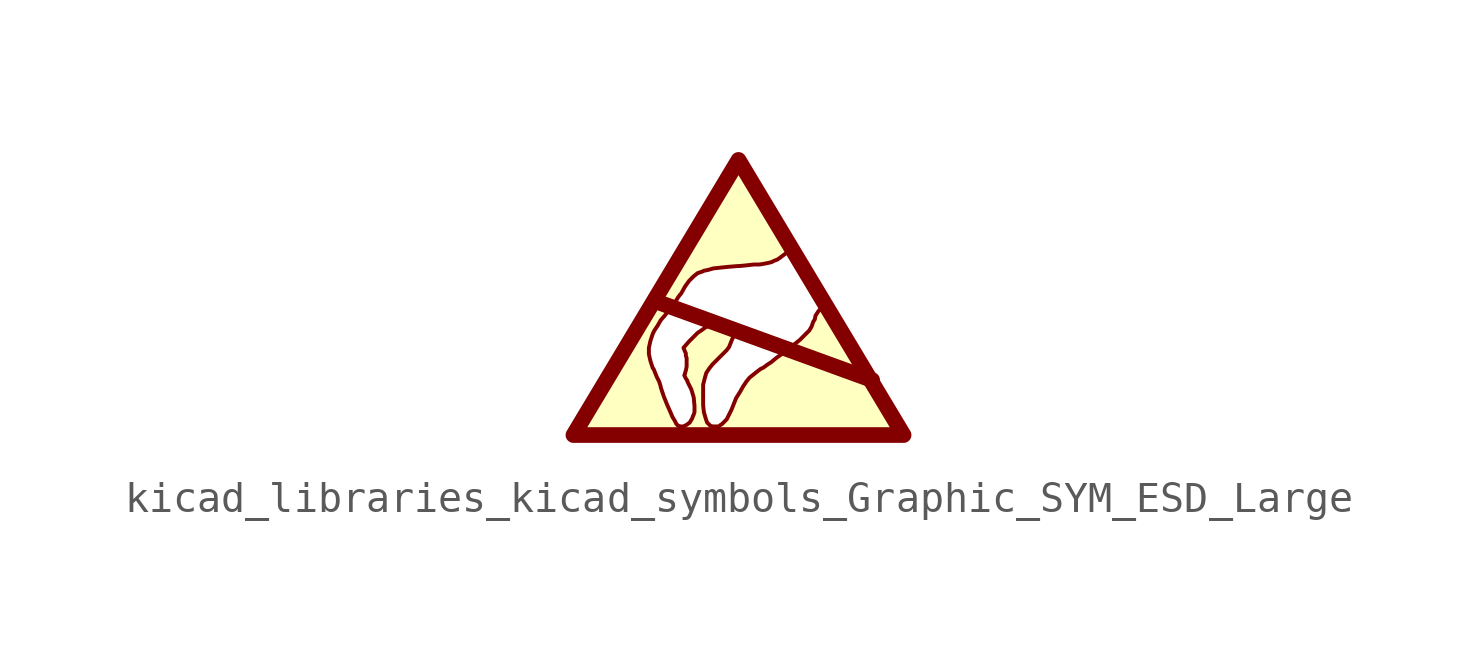
<source format=kicad_sym>
(kicad_symbol_lib
  (version 20220914)
  (generator kicad_symbol_editor)
  (symbol "kicad_libraries_kicad_symbols_Graphic_SYM_ESD_Large"
    (property "Reference" "#SYM"
      (at 0 5.08 0)
      (effects (font (size 1.27 1.27)) hide))
    (symbol "kicad_libraries_kicad_symbols_Graphic_SYM_ESD_Large_0_0"
      (polyline (pts (xy -2.667 -0.762) (xy 4.318 -3.302)) (stroke (width 0.508) (type default)) (fill (type none)))
      (polyline (pts (xy 0.483 -5.131) (xy 5.385 -5.131) (xy 5.385 -5.105) (xy 5.334 -5.055) (xy 5.283 -4.953) (xy 5.207 -4.826) (xy 5.004 -4.47) (xy 4.877 -4.267) (xy 4.75 -4.039) (xy 4.14 -3.023) (xy 3.988 -2.743) (xy 3.531 -1.981) (xy 3.404 -1.753) (xy 3.277 -1.549) (xy 3.15 -1.372) (xy 3.073 -1.194) (xy 2.997 -1.067) (xy 2.921 -0.965) (xy 2.896 -0.889) (xy 2.845 -0.838) (xy 2.819 -0.864) (xy 2.769 -0.889) (xy 2.591 -1.067) (xy 2.489 -1.219) (xy 2.464 -1.346) (xy 2.413 -1.422) (xy 2.362 -1.575) (xy 2.286 -1.702) (xy 1.981 -2.007) (xy 1.854 -2.108) (xy 1.702 -2.235) (xy 1.549 -2.337) (xy 1.397 -2.464) (xy 1.219 -2.591) (xy 1.067 -2.718) (xy 0.914 -2.819) (xy 0.813 -2.896) (xy 0.711 -2.946) (xy 0.61 -3.023) (xy 0.356 -3.226) (xy 0.254 -3.353) (xy 0.152 -3.505) (xy 0.051 -3.683) (xy -0.076 -3.886) (xy -0.229 -4.267) (xy -0.381 -4.572) (xy -0.533 -4.724) (xy -0.61 -4.775) (xy -0.635 -4.801) (xy -0.838 -4.801) (xy -0.914 -4.775) (xy -1.016 -4.674) (xy -1.067 -4.521) (xy -1.118 -4.343) (xy -1.143 -4.115) (xy -1.143 -3.454) (xy -1.092 -3.251) (xy -1.041 -3.073) (xy -0.94 -2.921) (xy -0.838 -2.794) (xy -0.381 -2.337) (xy -0.305 -2.235) (xy -0.203 -1.981) (xy -0.178 -1.93) (xy -0.152 -1.829) (xy -0.127 -1.753) (xy -0.127 -1.727) (xy -0.203 -1.651) (xy -0.254 -1.575) (xy -0.356 -1.524) (xy -0.432 -1.448) (xy -0.508 -1.397) (xy -0.559 -1.346) (xy -0.61 -1.346) (xy -0.66 -1.372) (xy -0.737 -1.422) (xy -0.838 -1.473) (xy -0.965 -1.549) (xy -1.067 -1.6) (xy -1.168 -1.676) (xy -1.321 -1.778) (xy -1.6 -2.057) (xy -1.778 -2.261) (xy -1.727 -2.388) (xy -1.702 -2.438) (xy -1.702 -2.515) (xy -1.676 -2.591) (xy -1.676 -2.87) (xy -1.702 -2.997) (xy -1.727 -3.073) (xy -1.727 -3.099) (xy -1.753 -3.15) (xy -1.702 -3.251) (xy -1.651 -3.327) (xy -1.651 -3.353) (xy -1.524 -3.607) (xy -1.448 -3.861) (xy -1.422 -4.14) (xy -1.422 -4.343) (xy -1.448 -4.42) (xy -1.473 -4.47) (xy -1.499 -4.547) (xy -1.575 -4.674) (xy -1.676 -4.75) (xy -1.778 -4.801) (xy -1.88 -4.801) (xy -1.956 -4.775) (xy -2.007 -4.724) (xy -2.057 -4.623) (xy -2.134 -4.496) (xy -2.21 -4.318) (xy -2.311 -4.089) (xy -2.413 -3.835) (xy -2.515 -3.531) (xy -2.515 -3.505) (xy -2.565 -3.353) (xy -2.642 -3.2) (xy -2.743 -2.946) (xy -2.769 -2.921) (xy -2.845 -2.692) (xy -2.896 -2.464) (xy -2.896 -2.261) (xy -2.845 -2.032) (xy -2.769 -1.803) (xy -2.718 -1.702) (xy -2.616 -1.549) (xy -2.515 -1.372) (xy -2.362 -1.194) (xy -2.21 -0.991) (xy -2.108 -0.889) (xy -1.956 -0.635) (xy -1.88 -0.533) (xy -1.854 -0.508) (xy -1.727 -0.279) (xy -1.6 -0.102) (xy -1.448 0.051) (xy -1.321 0.152) (xy -1.168 0.203) (xy -1.118 0.229) (xy -0.991 0.254) (xy -0.813 0.305) (xy -0.584 0.33) (xy -0.33 0.356) (xy -0.025 0.381) (xy 0.025 0.381) (xy 0.279 0.406) (xy 0.508 0.432) (xy 0.686 0.432) (xy 0.838 0.457) (xy 0.965 0.483) (xy 1.067 0.508) (xy 1.168 0.559) (xy 1.245 0.584) (xy 1.321 0.635) (xy 1.524 0.787) (xy 1.727 0.991) (xy 1.727 1.041) (xy 1.702 1.092) (xy 1.651 1.168) (xy 1.6 1.27) (xy 1.499 1.422) (xy 1.422 1.6) (xy 1.168 2.007) (xy 1.041 2.235) (xy 0.66 2.87) (xy 0.508 3.099) (xy 0.406 3.302) (xy 0.305 3.454) (xy 0.229 3.581) (xy 0.152 3.683) (xy 0.102 3.759) (xy 0.051 3.861) (xy 0.025 3.886) (xy -0.051 3.886) (xy -0.051 3.861) (xy -0.127 3.785) (xy -0.152 3.734) (xy -0.203 3.658) (xy -0.254 3.556) (xy -0.406 3.302) (xy -0.508 3.15) (xy -0.61 2.972) (xy -0.737 2.769) (xy -1.041 2.261) (xy -1.219 1.956) (xy -1.422 1.626) (xy -1.88 0.864) (xy -2.134 0.406) (xy -2.438 -0.076) (xy -2.743 -0.61) (xy -2.921 -0.889) (xy -3.429 -1.753) (xy -3.658 -2.159) (xy -3.886 -2.54) (xy -4.115 -2.896) (xy -4.318 -3.251) (xy -4.521 -3.581) (xy -4.674 -3.886) (xy -4.851 -4.14) (xy -4.978 -4.394) (xy -5.105 -4.597) (xy -5.232 -4.775) (xy -5.359 -5.029) (xy -5.41 -5.105) (xy -5.41 -5.131) (xy -0.711 -5.131) (xy -0.025 -5.156) (xy 0.483 -5.131)) (stroke (width 0.127) (type default)) (fill (type background))))
    (symbol "kicad_libraries_kicad_symbols_Graphic_SYM_ESD_Large_0_1"
      (polyline (pts (xy -5.334 -5.08) (xy 5.334 -5.08) (xy 0 3.81) (xy -5.334 -5.08)) (stroke (width 0.508) (type default)) (fill (type none))))))
</source>
